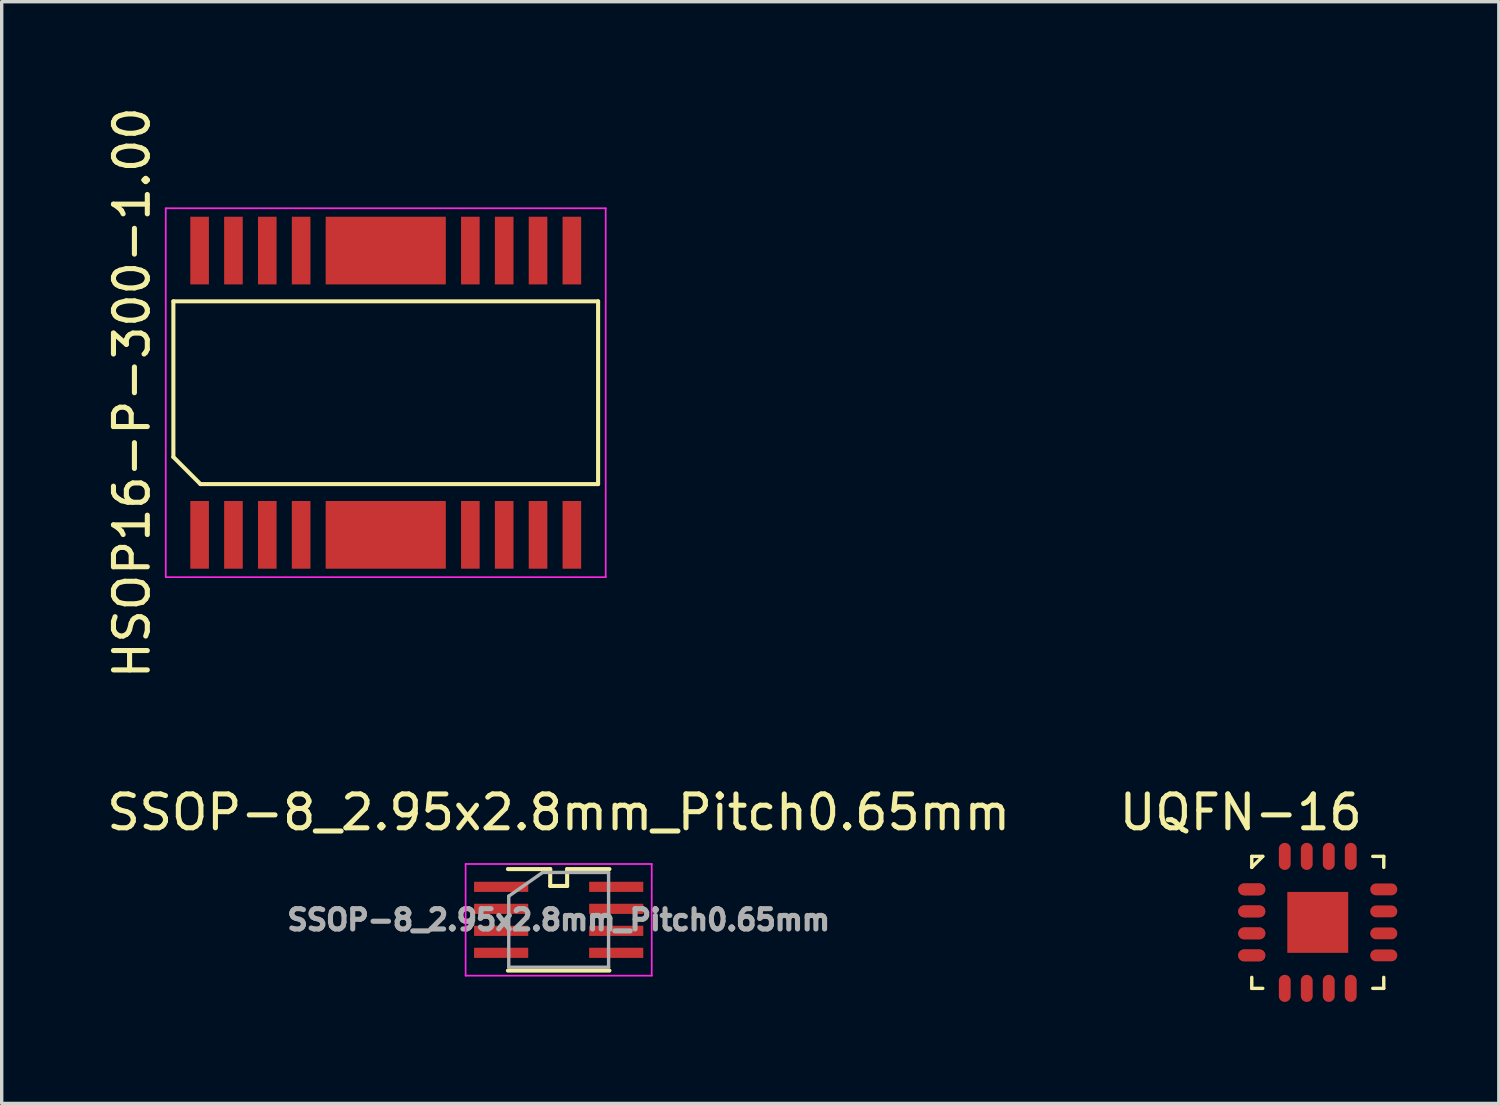
<source format=kicad_pcb>
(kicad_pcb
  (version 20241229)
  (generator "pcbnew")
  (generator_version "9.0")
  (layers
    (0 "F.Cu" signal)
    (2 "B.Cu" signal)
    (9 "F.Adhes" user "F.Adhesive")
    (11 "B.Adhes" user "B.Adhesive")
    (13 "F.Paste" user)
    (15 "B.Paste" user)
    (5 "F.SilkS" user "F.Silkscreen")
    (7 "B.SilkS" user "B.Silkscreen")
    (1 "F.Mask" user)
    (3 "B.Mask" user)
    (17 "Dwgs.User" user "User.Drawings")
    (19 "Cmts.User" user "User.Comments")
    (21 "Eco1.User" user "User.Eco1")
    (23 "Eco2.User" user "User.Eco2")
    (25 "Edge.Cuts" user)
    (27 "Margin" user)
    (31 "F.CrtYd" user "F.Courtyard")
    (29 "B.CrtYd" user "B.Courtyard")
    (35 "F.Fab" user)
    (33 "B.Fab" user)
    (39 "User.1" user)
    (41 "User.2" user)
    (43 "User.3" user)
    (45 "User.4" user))
  (footprint "HSOP16-P-300-1.00"
    (layer "F.Cu")
    (at 8.348 8.554)
    (property "Reference" "HSOP16-P-300-1.00" (at -7.5 0 90) (layer "F.SilkS") (effects (font (size 1 1) (thickness 0.15))))
    (attr smd)
    (fp_line (start -6.275 -2.7) (end 6.275 -2.7) (stroke (width 0.12) (type solid)) (layer "F.SilkS"))
    (fp_line (start -6.275 1.9) (end -6.275 -2.7) (stroke (width 0.12) (type solid)) (layer "F.SilkS"))
    (fp_line (start -5.475 2.7) (end -6.275 1.9) (stroke (width 0.12) (type solid)) (layer "F.SilkS"))
    (fp_line (start 6.275 -2.7) (end 6.275 2.7) (stroke (width 0.12) (type solid)) (layer "F.SilkS"))
    (fp_line (start 6.275 2.7) (end -5.475 2.7) (stroke (width 0.12) (type solid)) (layer "F.SilkS"))
    (fp_line (start -6.5 -5.45) (end 6.5 -5.45) (stroke (width 0.05) (type solid)) (layer "F.CrtYd"))
    (fp_line (start -6.5 5.45) (end -6.5 -5.45) (stroke (width 0.05) (type solid)) (layer "F.CrtYd"))
    (fp_line (start 6.5 -5.45) (end 6.5 5.45) (stroke (width 0.05) (type solid)) (layer "F.CrtYd"))
    (fp_line (start 6.5 5.45) (end -6.5 5.45) (stroke (width 0.05) (type solid)) (layer "F.CrtYd"))
    (pad "1" smd rect (at -5.5 4.2) (size 0.55 2) (layers "F.Cu" "F.Mask" "F.Paste"))
    (pad "2" smd rect (at -4.5 4.2) (size 0.55 2) (layers "F.Cu" "F.Mask" "F.Paste"))
    (pad "3" smd rect (at -3.5 4.2) (size 0.55 2) (layers "F.Cu" "F.Mask" "F.Paste"))
    (pad "4" smd rect (at -2.5 4.2) (size 0.55 2) (layers "F.Cu" "F.Mask" "F.Paste"))
    (pad "5" smd rect (at 2.5 4.2) (size 0.55 2) (layers "F.Cu" "F.Mask" "F.Paste"))
    (pad "6" smd rect (at 3.5 4.2) (size 0.55 2) (layers "F.Cu" "F.Mask" "F.Paste"))
    (pad "7" smd rect (at 4.5 4.2) (size 0.55 2) (layers "F.Cu" "F.Mask" "F.Paste"))
    (pad "8" smd rect (at 5.5 4.2) (size 0.55 2) (layers "F.Cu" "F.Mask" "F.Paste"))
    (pad "9" smd rect (at 5.5 -4.2) (size 0.55 2) (layers "F.Cu" "F.Mask" "F.Paste"))
    (pad "10" smd rect (at 4.5 -4.2) (size 0.55 2) (layers "F.Cu" "F.Mask" "F.Paste"))
    (pad "11" smd rect (at 3.5 -4.2) (size 0.55 2) (layers "F.Cu" "F.Mask" "F.Paste"))
    (pad "12" smd rect (at 2.5 -4.2) (size 0.55 2) (layers "F.Cu" "F.Mask" "F.Paste"))
    (pad "13" smd rect (at -2.5 -4.2) (size 0.55 2) (layers "F.Cu" "F.Mask" "F.Paste"))
    (pad "14" smd rect (at -3.5 -4.2) (size 0.55 2) (layers "F.Cu" "F.Mask" "F.Paste"))
    (pad "15" smd rect (at -4.5 -4.2) (size 0.55 2) (layers "F.Cu" "F.Mask" "F.Paste"))
    (pad "16" smd rect (at -5.5 -4.2) (size 0.55 2) (layers "F.Cu" "F.Mask" "F.Paste"))
    (pad "F1" smd rect (at 0 4.2) (size 3.55 2) (layers "F.Cu" "F.Mask" "F.Paste"))
    (pad "F2" smd rect (at 0 -4.2) (size 3.55 2) (layers "F.Cu" "F.Mask" "F.Paste")))
  (footprint "SSOP-8_2.95x2.8mm_Pitch0.65mm"
    (layer "F.Cu")
    (at 13.458 24.13)
    (property "Reference" "SSOP-8_2.95x2.8mm_Pitch0.65mm" (at 0 -3.175 0) (layer "F.SilkS") (effects (font (size 1 1) (thickness 0.15))))
    (attr smd)
    (fp_line (start -1.5 -1.5) (end -0.25 -1.5) (stroke (width 0.12) (type solid)) (layer "F.SilkS"))
    (fp_line (start -0.25 -1.5) (end -0.25 -1) (stroke (width 0.12) (type solid)) (layer "F.SilkS"))
    (fp_line (start -0.25 -1) (end 0.25 -1) (stroke (width 0.12) (type solid)) (layer "F.SilkS"))
    (fp_line (start 0.25 -1.5) (end 1.5 -1.5) (stroke (width 0.12) (type solid)) (layer "F.SilkS"))
    (fp_line (start 0.25 -1) (end 0.25 -1.5) (stroke (width 0.12) (type solid)) (layer "F.SilkS"))
    (fp_line (start 1.5 1.5) (end -1.5 1.5) (stroke (width 0.12) (type solid)) (layer "F.SilkS"))
    (fp_line (start -2.75 -1.65) (end 2.75 -1.65) (stroke (width 0.05) (type solid)) (layer "F.CrtYd"))
    (fp_line (start -2.75 1.65) (end -2.75 -1.65) (stroke (width 0.05) (type solid)) (layer "F.CrtYd"))
    (fp_line (start 2.75 -1.65) (end 2.75 1.65) (stroke (width 0.05) (type solid)) (layer "F.CrtYd"))
    (fp_line (start 2.75 1.65) (end -2.75 1.65) (stroke (width 0.05) (type solid)) (layer "F.CrtYd"))
    (fp_line (start -1.475 1.4) (end -1.475 -0.7) (stroke (width 0.1) (type solid)) (layer "F.Fab"))
    (fp_line (start -0.475 -1.4) (end -1.475 -0.7) (stroke (width 0.1) (type solid)) (layer "F.Fab"))
    (fp_line (start -0.475 -1.4) (end 1.475 -1.4) (stroke (width 0.1) (type solid)) (layer "F.Fab"))
    (fp_line (start 1.475 -1.4) (end 1.475 1.4) (stroke (width 0.1) (type solid)) (layer "F.Fab"))
    (fp_line (start 1.475 1.4) (end -1.475 1.4) (stroke (width 0.1) (type solid)) (layer "F.Fab"))
    (fp_text user "${REFERENCE}" (at 0 0 0) (layer "F.Fab") (effects (font (size 0.6 0.6) (thickness 0.15))))
    (pad "1" smd rect (at -1.7 -0.975 270) (size 0.3 1.6) (layers "F.Cu" "F.Mask" "F.Paste"))
    (pad "2" smd rect (at -1.7 -0.325 270) (size 0.3 1.6) (layers "F.Cu" "F.Mask" "F.Paste"))
    (pad "3" smd rect (at -1.7 0.325 270) (size 0.3 1.6) (layers "F.Cu" "F.Mask" "F.Paste"))
    (pad "4" smd rect (at -1.7 0.975 270) (size 0.3 1.6) (layers "F.Cu" "F.Mask" "F.Paste"))
    (pad "5" smd rect (at 1.7 0.975 270) (size 0.3 1.6) (layers "F.Cu" "F.Mask" "F.Paste"))
    (pad "6" smd rect (at 1.7 0.325 270) (size 0.3 1.6) (layers "F.Cu" "F.Mask" "F.Paste"))
    (pad "7" smd rect (at 1.7 -0.325 270) (size 0.3 1.6) (layers "F.Cu" "F.Mask" "F.Paste"))
    (pad "8" smd rect (at 1.7 -0.975 270) (size 0.3 1.6) (layers "F.Cu" "F.Mask" "F.Paste")))
  (footprint "UQFN-16"
    (layer "F.Cu")
    (at 35.888 24.205)
    (property "Reference" "UQFN-16" (at -2.275 -3.25 0) (layer "F.SilkS") (effects (font (size 1 1) (thickness 0.15))))
    (attr through_hole)
    (fp_line (start -1.95 -1.95) (end -1.625 -1.95) (stroke (width 0.1) (type solid)) (layer "F.SilkS"))
    (fp_line (start -1.95 -1.625) (end -1.95 -1.95) (stroke (width 0.1) (type solid)) (layer "F.SilkS"))
    (fp_line (start -1.95 1.95) (end -1.95 1.625) (stroke (width 0.1) (type solid)) (layer "F.SilkS"))
    (fp_line (start -1.625 -1.95) (end -1.95 -1.625) (stroke (width 0.1) (type solid)) (layer "F.SilkS"))
    (fp_line (start -1.625 1.95) (end -1.95 1.95) (stroke (width 0.1) (type solid)) (layer "F.SilkS"))
    (fp_line (start 1.625 -1.95) (end 1.95 -1.95) (stroke (width 0.1) (type solid)) (layer "F.SilkS"))
    (fp_line (start 1.95 -1.95) (end 1.95 -1.625) (stroke (width 0.1) (type solid)) (layer "F.SilkS"))
    (fp_line (start 1.95 1.625) (end 1.95 1.95) (stroke (width 0.1) (type solid)) (layer "F.SilkS"))
    (fp_line (start 1.95 1.95) (end 1.625 1.95) (stroke (width 0.1) (type solid)) (layer "F.SilkS"))
    (pad "0" smd rect (at 0 0) (size 1.8 1.8) (layers "F.Cu" "F.Mask" "F.Paste"))
    (pad "1" smd oval (at -1.95 -0.975 90) (size 0.35 0.8) (layers "F.Cu" "F.Mask" "F.Paste"))
    (pad "1" smd oval (at -1.95 -0.975 90) (size 0.35 0.8) (layers "F.Cu" "F.Mask" "F.Paste"))
    (pad "2" smd oval (at -1.95 -0.325 90) (size 0.35 0.8) (layers "F.Cu" "F.Mask" "F.Paste"))
    (pad "2" smd oval (at -1.95 -0.325 90) (size 0.35 0.8) (layers "F.Cu" "F.Mask" "F.Paste"))
    (pad "3" smd oval (at -1.95 0.325 90) (size 0.35 0.8) (layers "F.Cu" "F.Mask" "F.Paste"))
    (pad "3" smd oval (at -1.95 0.325 90) (size 0.35 0.8) (layers "F.Cu" "F.Mask" "F.Paste"))
    (pad "4" smd oval (at -1.95 0.975 90) (size 0.35 0.8) (layers "F.Cu" "F.Mask" "F.Paste"))
    (pad "4" smd oval (at -1.95 0.975 90) (size 0.35 0.8) (layers "F.Cu" "F.Mask" "F.Paste"))
    (pad "5" smd oval (at -0.975 1.95 180) (size 0.35 0.8) (layers "F.Cu" "F.Mask" "F.Paste"))
    (pad "6" smd oval (at -0.325 1.95 180) (size 0.35 0.8) (layers "F.Cu" "F.Mask" "F.Paste"))
    (pad "7" smd oval (at 0.325 1.95 180) (size 0.35 0.8) (layers "F.Cu" "F.Mask" "F.Paste"))
    (pad "8" smd oval (at 0.975 1.95 180) (size 0.35 0.8) (layers "F.Cu" "F.Mask" "F.Paste"))
    (pad "9" smd oval (at 1.95 0.975 90) (size 0.35 0.8) (layers "F.Cu" "F.Mask" "F.Paste"))
    (pad "10" smd oval (at 1.95 0.325 90) (size 0.35 0.8) (layers "F.Cu" "F.Mask" "F.Paste"))
    (pad "11" smd oval (at 1.95 -0.325 90) (size 0.35 0.8) (layers "F.Cu" "F.Mask" "F.Paste"))
    (pad "12" smd oval (at 1.95 -0.975 90) (size 0.35 0.8) (layers "F.Cu" "F.Mask" "F.Paste"))
    (pad "13" smd oval (at 0.975 -1.95 180) (size 0.35 0.8) (layers "F.Cu" "F.Mask" "F.Paste"))
    (pad "14" smd oval (at 0.325 -1.95 180) (size 0.35 0.8) (layers "F.Cu" "F.Mask" "F.Paste"))
    (pad "15" smd oval (at -0.325 -1.95 180) (size 0.35 0.8) (layers "F.Cu" "F.Mask" "F.Paste"))
    (pad "16" smd oval (at -0.975 -1.95 180) (size 0.35 0.8) (layers "F.Cu" "F.Mask" "F.Paste")))
  (gr_rect
    (start -3 -3)
    (end 41.238 29.555)
    (stroke (width 0.1) (type default))
    (fill no)
    (layer "Edge.Cuts")))
</source>
